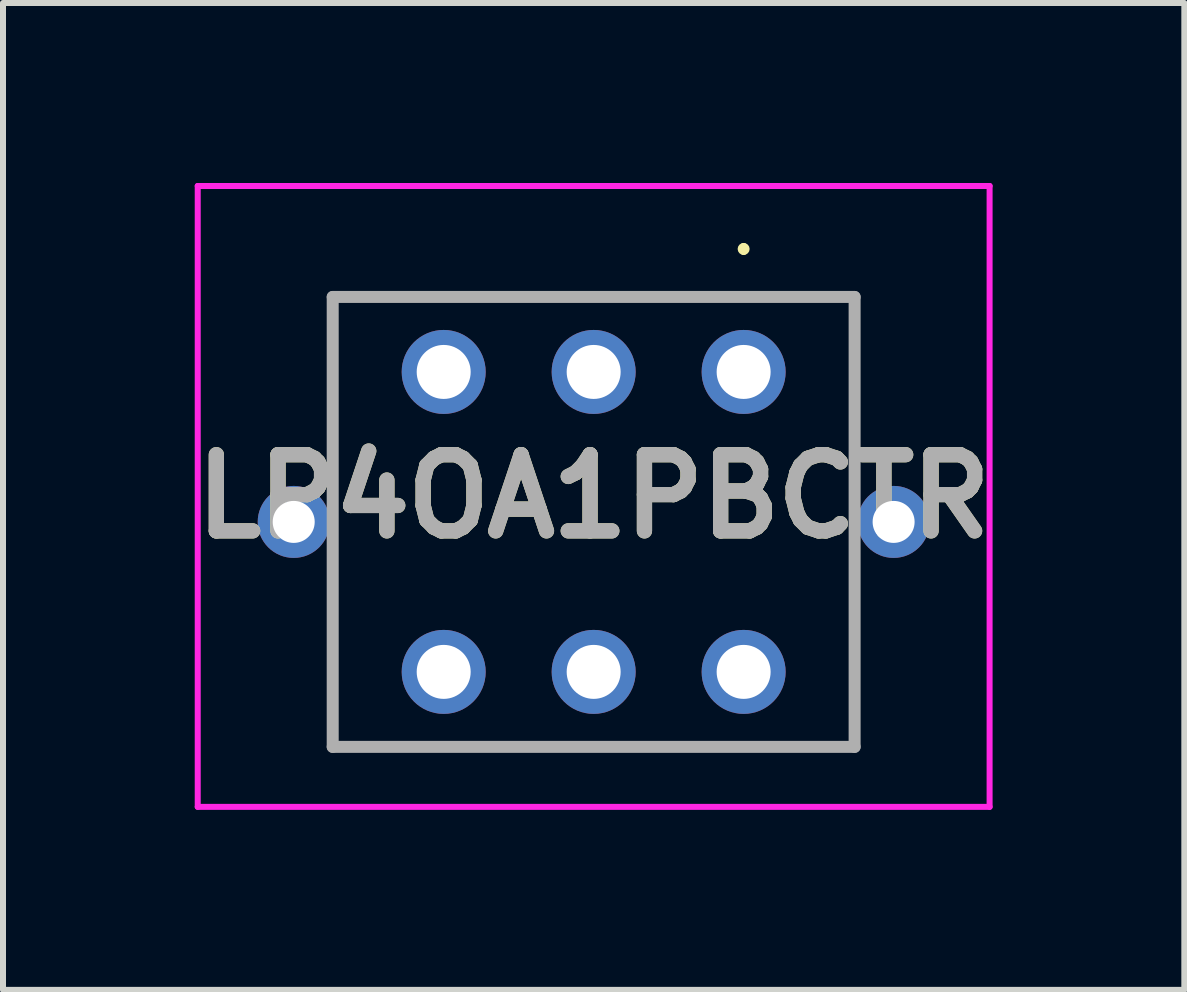
<source format=kicad_pcb>
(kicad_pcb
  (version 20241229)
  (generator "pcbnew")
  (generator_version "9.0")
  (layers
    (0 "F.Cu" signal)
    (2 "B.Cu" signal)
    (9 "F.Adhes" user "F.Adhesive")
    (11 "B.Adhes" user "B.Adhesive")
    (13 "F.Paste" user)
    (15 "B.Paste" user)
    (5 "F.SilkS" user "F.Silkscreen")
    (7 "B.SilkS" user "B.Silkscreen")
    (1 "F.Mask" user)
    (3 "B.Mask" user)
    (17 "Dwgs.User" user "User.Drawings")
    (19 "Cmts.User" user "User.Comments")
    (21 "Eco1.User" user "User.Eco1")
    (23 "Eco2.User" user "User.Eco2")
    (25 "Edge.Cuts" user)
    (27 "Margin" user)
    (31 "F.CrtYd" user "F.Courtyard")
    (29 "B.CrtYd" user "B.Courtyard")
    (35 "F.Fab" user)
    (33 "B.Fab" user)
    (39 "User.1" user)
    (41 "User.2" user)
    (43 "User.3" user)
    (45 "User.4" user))
  (footprint "LP4OA1PBCTR"
    (layer "F.Cu")
    (at 9.346 3.15)
    (property "Reference" "LP4OA1PBCTR" (at -2.5 2.075 0) (layer "F.SilkS") (effects (font (size 1.27 1.27) (thickness 0.254))))
    (attr through_hole)
    (fp_line (start -6.85 -1.25) (end 1.85 -1.25) (stroke (width 0.1) (type solid)) (layer "F.SilkS"))
    (fp_line (start -6.85 1) (end -6.85 -1.25) (stroke (width 0.1) (type solid)) (layer "F.SilkS"))
    (fp_line (start -6.85 4) (end -6.85 6.25) (stroke (width 0.1) (type solid)) (layer "F.SilkS"))
    (fp_line (start -6.85 6.25) (end 1.85 6.25) (stroke (width 0.1) (type solid)) (layer "F.SilkS"))
    (fp_line (start 0 -2.1) (end 0 -2.1) (stroke (width 0.1) (type solid)) (layer "F.SilkS"))
    (fp_line (start 0 -2) (end 0 -2) (stroke (width 0.1) (type solid)) (layer "F.SilkS"))
    (fp_line (start 1.85 -1.25) (end 1.85 1) (stroke (width 0.1) (type solid)) (layer "F.SilkS"))
    (fp_line (start 1.85 6.25) (end 1.85 4) (stroke (width 0.1) (type solid)) (layer "F.SilkS"))
    (fp_arc (start 0 -2.1) (mid 0.05 -2.05) (end 0 -2) (stroke (width 0.1) (type solid)) (layer "F.SilkS"))
    (fp_arc (start 0 -2) (mid -0.05 -2.05) (end 0 -2.1) (stroke (width 0.1) (type solid)) (layer "F.SilkS"))
    (fp_line (start -9.1 -3.1) (end 4.1 -3.1) (stroke (width 0.1) (type solid)) (layer "F.CrtYd"))
    (fp_line (start -9.1 7.25) (end -9.1 -3.1) (stroke (width 0.1) (type solid)) (layer "F.CrtYd"))
    (fp_line (start 4.1 -3.1) (end 4.1 7.25) (stroke (width 0.1) (type solid)) (layer "F.CrtYd"))
    (fp_line (start 4.1 7.25) (end -9.1 7.25) (stroke (width 0.1) (type solid)) (layer "F.CrtYd"))
    (fp_line (start -6.85 -1.25) (end 1.85 -1.25) (stroke (width 0.2) (type solid)) (layer "F.Fab"))
    (fp_line (start -6.85 6.25) (end -6.85 -1.25) (stroke (width 0.2) (type solid)) (layer "F.Fab"))
    (fp_line (start 1.85 -1.25) (end 1.85 6.25) (stroke (width 0.2) (type solid)) (layer "F.Fab"))
    (fp_line (start 1.85 6.25) (end -6.85 6.25) (stroke (width 0.2) (type solid)) (layer "F.Fab"))
    (fp_text user "${REFERENCE}" (at -2.5 2.075 0) (layer "F.Fab") (effects (font (size 1.27 1.27) (thickness 0.254))))
    (pad "1" thru_hole circle (at 0 0) (size 1.4 1.4) (drill 0.9) (layers "*.Cu" "*.Mask"))
    (pad "2" thru_hole circle (at -2.5 0) (size 1.4 1.4) (drill 0.9) (layers "*.Cu" "*.Mask"))
    (pad "3" thru_hole circle (at -5 0) (size 1.4 1.4) (drill 0.9) (layers "*.Cu" "*.Mask"))
    (pad "4" thru_hole circle (at 0 5) (size 1.4 1.4) (drill 0.9) (layers "*.Cu" "*.Mask"))
    (pad "5" thru_hole circle (at -2.5 5) (size 1.4 1.4) (drill 0.9) (layers "*.Cu" "*.Mask"))
    (pad "6" thru_hole circle (at -5 5) (size 1.4 1.4) (drill 0.9) (layers "*.Cu" "*.Mask"))
    (pad "L1" thru_hole circle (at 2.5 2.5) (size 1.2 1.2) (drill 0.7) (layers "*.Cu" "*.Mask"))
    (pad "L2" thru_hole circle (at -7.5 2.5) (size 1.2 1.2) (drill 0.7) (layers "*.Cu" "*.Mask")))
  (gr_rect
    (start -3 -3)
    (end 16.692 13.45)
    (stroke (width 0.1) (type default))
    (fill no)
    (layer "Edge.Cuts")))
</source>
